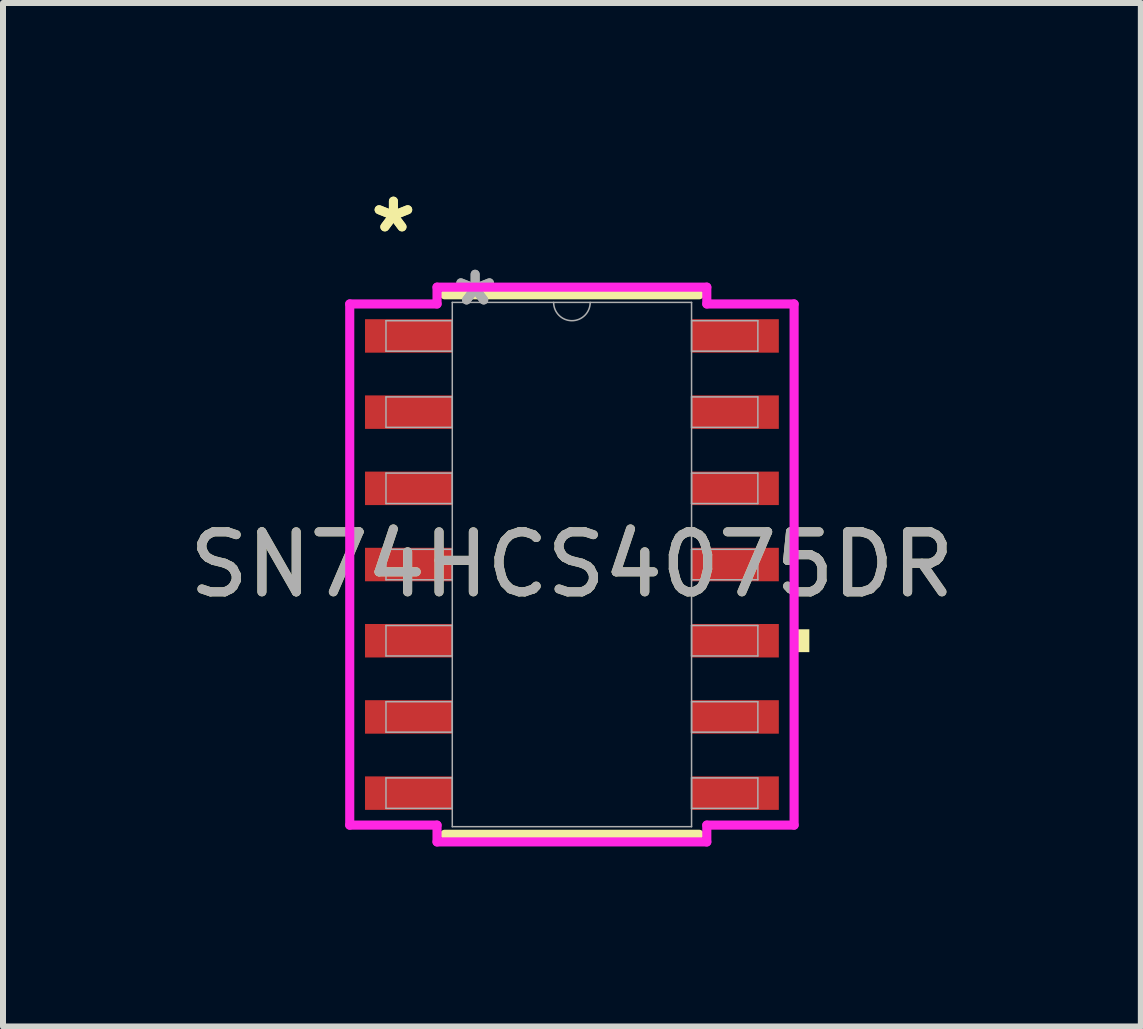
<source format=kicad_pcb>
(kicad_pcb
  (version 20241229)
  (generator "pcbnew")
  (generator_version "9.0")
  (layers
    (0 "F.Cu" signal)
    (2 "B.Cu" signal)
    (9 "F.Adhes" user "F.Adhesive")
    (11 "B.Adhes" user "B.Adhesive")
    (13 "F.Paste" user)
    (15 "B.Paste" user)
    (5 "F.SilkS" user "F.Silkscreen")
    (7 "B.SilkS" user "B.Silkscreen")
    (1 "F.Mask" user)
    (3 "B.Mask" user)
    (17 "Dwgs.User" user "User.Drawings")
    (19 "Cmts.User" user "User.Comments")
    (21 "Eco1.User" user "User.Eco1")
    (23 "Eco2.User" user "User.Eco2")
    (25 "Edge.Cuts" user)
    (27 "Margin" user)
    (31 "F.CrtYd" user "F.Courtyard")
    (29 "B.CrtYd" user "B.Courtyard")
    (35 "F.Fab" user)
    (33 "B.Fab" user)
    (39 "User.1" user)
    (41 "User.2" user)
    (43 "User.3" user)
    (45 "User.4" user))
  (footprint "SN74HCS4075DR"
    (layer "F.Cu")
    (at 6.482 6.359)
    (property "Reference" "SN74HCS4075DR" (at 0 0 0) (unlocked yes) (layer "F.SilkS") (effects (font (size 1 1) (thickness 0.15))))
    (attr smd)
    (fp_line (start -2.121 4.496) (end 2.121 4.496) (stroke (width 0.152) (type solid)) (layer "F.SilkS"))
    (fp_line (start 2.121 -4.496) (end -2.121 -4.496) (stroke (width 0.152) (type solid)) (layer "F.SilkS"))
    (fp_poly (pts (xy 3.957 1.079) (xy 3.957 1.46) (xy 3.703 1.46) (xy 3.703 1.079)) (stroke (width 0) (type solid)) (fill yes) (layer "F.SilkS"))
    (fp_line (start -3.703 -4.343) (end -2.248 -4.343) (stroke (width 0.152) (type solid)) (layer "F.CrtYd"))
    (fp_line (start -3.703 4.343) (end -3.703 -4.343) (stroke (width 0.152) (type solid)) (layer "F.CrtYd"))
    (fp_line (start -3.703 4.343) (end -2.248 4.343) (stroke (width 0.152) (type solid)) (layer "F.CrtYd"))
    (fp_line (start -2.248 -4.623) (end 2.248 -4.623) (stroke (width 0.152) (type solid)) (layer "F.CrtYd"))
    (fp_line (start -2.248 -4.343) (end -2.248 -4.623) (stroke (width 0.152) (type solid)) (layer "F.CrtYd"))
    (fp_line (start -2.248 4.623) (end -2.248 4.343) (stroke (width 0.152) (type solid)) (layer "F.CrtYd"))
    (fp_line (start 2.248 -4.623) (end 2.248 -4.343) (stroke (width 0.152) (type solid)) (layer "F.CrtYd"))
    (fp_line (start 2.248 4.343) (end 2.248 4.623) (stroke (width 0.152) (type solid)) (layer "F.CrtYd"))
    (fp_line (start 2.248 4.623) (end -2.248 4.623) (stroke (width 0.152) (type solid)) (layer "F.CrtYd"))
    (fp_line (start 3.703 -4.343) (end 2.248 -4.343) (stroke (width 0.152) (type solid)) (layer "F.CrtYd"))
    (fp_line (start 3.703 -4.343) (end 3.703 4.343) (stroke (width 0.152) (type solid)) (layer "F.CrtYd"))
    (fp_line (start 3.703 4.343) (end 2.248 4.343) (stroke (width 0.152) (type solid)) (layer "F.CrtYd"))
    (fp_line (start -3.099 -4.064) (end -3.099 -3.556) (stroke (width 0.025) (type solid)) (layer "F.Fab"))
    (fp_line (start -3.099 -3.556) (end -1.994 -3.556) (stroke (width 0.025) (type solid)) (layer "F.Fab"))
    (fp_line (start -3.099 -2.794) (end -3.099 -2.286) (stroke (width 0.025) (type solid)) (layer "F.Fab"))
    (fp_line (start -3.099 -2.286) (end -1.994 -2.286) (stroke (width 0.025) (type solid)) (layer "F.Fab"))
    (fp_line (start -3.099 -1.524) (end -3.099 -1.016) (stroke (width 0.025) (type solid)) (layer "F.Fab"))
    (fp_line (start -3.099 -1.016) (end -1.994 -1.016) (stroke (width 0.025) (type solid)) (layer "F.Fab"))
    (fp_line (start -3.099 -0.254) (end -3.099 0.254) (stroke (width 0.025) (type solid)) (layer "F.Fab"))
    (fp_line (start -3.099 0.254) (end -1.994 0.254) (stroke (width 0.025) (type solid)) (layer "F.Fab"))
    (fp_line (start -3.099 1.016) (end -3.099 1.524) (stroke (width 0.025) (type solid)) (layer "F.Fab"))
    (fp_line (start -3.099 1.524) (end -1.994 1.524) (stroke (width 0.025) (type solid)) (layer "F.Fab"))
    (fp_line (start -3.099 2.286) (end -3.099 2.794) (stroke (width 0.025) (type solid)) (layer "F.Fab"))
    (fp_line (start -3.099 2.794) (end -1.994 2.794) (stroke (width 0.025) (type solid)) (layer "F.Fab"))
    (fp_line (start -3.099 3.556) (end -3.099 4.064) (stroke (width 0.025) (type solid)) (layer "F.Fab"))
    (fp_line (start -3.099 4.064) (end -1.994 4.064) (stroke (width 0.025) (type solid)) (layer "F.Fab"))
    (fp_line (start -1.994 -4.369) (end -1.994 4.369) (stroke (width 0.025) (type solid)) (layer "F.Fab"))
    (fp_line (start -1.994 -4.064) (end -3.099 -4.064) (stroke (width 0.025) (type solid)) (layer "F.Fab"))
    (fp_line (start -1.994 -3.556) (end -1.994 -4.064) (stroke (width 0.025) (type solid)) (layer "F.Fab"))
    (fp_line (start -1.994 -2.794) (end -3.099 -2.794) (stroke (width 0.025) (type solid)) (layer "F.Fab"))
    (fp_line (start -1.994 -2.286) (end -1.994 -2.794) (stroke (width 0.025) (type solid)) (layer "F.Fab"))
    (fp_line (start -1.994 -1.524) (end -3.099 -1.524) (stroke (width 0.025) (type solid)) (layer "F.Fab"))
    (fp_line (start -1.994 -1.016) (end -1.994 -1.524) (stroke (width 0.025) (type solid)) (layer "F.Fab"))
    (fp_line (start -1.994 -0.254) (end -3.099 -0.254) (stroke (width 0.025) (type solid)) (layer "F.Fab"))
    (fp_line (start -1.994 0.254) (end -1.994 -0.254) (stroke (width 0.025) (type solid)) (layer "F.Fab"))
    (fp_line (start -1.994 1.016) (end -3.099 1.016) (stroke (width 0.025) (type solid)) (layer "F.Fab"))
    (fp_line (start -1.994 1.524) (end -1.994 1.016) (stroke (width 0.025) (type solid)) (layer "F.Fab"))
    (fp_line (start -1.994 2.286) (end -3.099 2.286) (stroke (width 0.025) (type solid)) (layer "F.Fab"))
    (fp_line (start -1.994 2.794) (end -1.994 2.286) (stroke (width 0.025) (type solid)) (layer "F.Fab"))
    (fp_line (start -1.994 3.556) (end -3.099 3.556) (stroke (width 0.025) (type solid)) (layer "F.Fab"))
    (fp_line (start -1.994 4.064) (end -1.994 3.556) (stroke (width 0.025) (type solid)) (layer "F.Fab"))
    (fp_line (start -1.994 4.369) (end 1.994 4.369) (stroke (width 0.025) (type solid)) (layer "F.Fab"))
    (fp_line (start 1.994 -4.369) (end -1.994 -4.369) (stroke (width 0.025) (type solid)) (layer "F.Fab"))
    (fp_line (start 1.994 -4.064) (end 1.994 -3.556) (stroke (width 0.025) (type solid)) (layer "F.Fab"))
    (fp_line (start 1.994 -3.556) (end 3.099 -3.556) (stroke (width 0.025) (type solid)) (layer "F.Fab"))
    (fp_line (start 1.994 -2.794) (end 1.994 -2.286) (stroke (width 0.025) (type solid)) (layer "F.Fab"))
    (fp_line (start 1.994 -2.286) (end 3.099 -2.286) (stroke (width 0.025) (type solid)) (layer "F.Fab"))
    (fp_line (start 1.994 -1.524) (end 1.994 -1.016) (stroke (width 0.025) (type solid)) (layer "F.Fab"))
    (fp_line (start 1.994 -1.016) (end 3.099 -1.016) (stroke (width 0.025) (type solid)) (layer "F.Fab"))
    (fp_line (start 1.994 -0.254) (end 1.994 0.254) (stroke (width 0.025) (type solid)) (layer "F.Fab"))
    (fp_line (start 1.994 0.254) (end 3.099 0.254) (stroke (width 0.025) (type solid)) (layer "F.Fab"))
    (fp_line (start 1.994 1.016) (end 1.994 1.524) (stroke (width 0.025) (type solid)) (layer "F.Fab"))
    (fp_line (start 1.994 1.524) (end 3.099 1.524) (stroke (width 0.025) (type solid)) (layer "F.Fab"))
    (fp_line (start 1.994 2.286) (end 1.994 2.794) (stroke (width 0.025) (type solid)) (layer "F.Fab"))
    (fp_line (start 1.994 2.794) (end 3.099 2.794) (stroke (width 0.025) (type solid)) (layer "F.Fab"))
    (fp_line (start 1.994 3.556) (end 1.994 4.064) (stroke (width 0.025) (type solid)) (layer "F.Fab"))
    (fp_line (start 1.994 4.064) (end 3.099 4.064) (stroke (width 0.025) (type solid)) (layer "F.Fab"))
    (fp_line (start 1.994 4.369) (end 1.994 -4.369) (stroke (width 0.025) (type solid)) (layer "F.Fab"))
    (fp_line (start 3.099 -4.064) (end 1.994 -4.064) (stroke (width 0.025) (type solid)) (layer "F.Fab"))
    (fp_line (start 3.099 -3.556) (end 3.099 -4.064) (stroke (width 0.025) (type solid)) (layer "F.Fab"))
    (fp_line (start 3.099 -2.794) (end 1.994 -2.794) (stroke (width 0.025) (type solid)) (layer "F.Fab"))
    (fp_line (start 3.099 -2.286) (end 3.099 -2.794) (stroke (width 0.025) (type solid)) (layer "F.Fab"))
    (fp_line (start 3.099 -1.524) (end 1.994 -1.524) (stroke (width 0.025) (type solid)) (layer "F.Fab"))
    (fp_line (start 3.099 -1.016) (end 3.099 -1.524) (stroke (width 0.025) (type solid)) (layer "F.Fab"))
    (fp_line (start 3.099 -0.254) (end 1.994 -0.254) (stroke (width 0.025) (type solid)) (layer "F.Fab"))
    (fp_line (start 3.099 0.254) (end 3.099 -0.254) (stroke (width 0.025) (type solid)) (layer "F.Fab"))
    (fp_line (start 3.099 1.016) (end 1.994 1.016) (stroke (width 0.025) (type solid)) (layer "F.Fab"))
    (fp_line (start 3.099 1.524) (end 3.099 1.016) (stroke (width 0.025) (type solid)) (layer "F.Fab"))
    (fp_line (start 3.099 2.286) (end 1.994 2.286) (stroke (width 0.025) (type solid)) (layer "F.Fab"))
    (fp_line (start 3.099 2.794) (end 3.099 2.286) (stroke (width 0.025) (type solid)) (layer "F.Fab"))
    (fp_line (start 3.099 3.556) (end 1.994 3.556) (stroke (width 0.025) (type solid)) (layer "F.Fab"))
    (fp_line (start 3.099 4.064) (end 3.099 3.556) (stroke (width 0.025) (type solid)) (layer "F.Fab"))
    (fp_arc (start 0.3048 -4.3688) (mid 0 -4.064) (end -0.3048 -4.3688) (stroke (width 0.0254) (type solid)) (layer "F.Fab"))
    (fp_text user "*" (at -2.975 -5.511 0) (unlocked yes) (layer "F.SilkS") (effects (font (size 1 1) (thickness 0.15))))
    (fp_text user "*" (at -2.975 -5.511 0) (layer "F.SilkS") (effects (font (size 1 1) (thickness 0.15))))
    (fp_text user "*" (at -1.613 -4.293 0) (layer "F.Fab") (effects (font (size 1 1) (thickness 0.15))))
    (fp_text user "*" (at -1.613 -4.293 0) (unlocked yes) (layer "F.Fab") (effects (font (size 1 1) (thickness 0.15))))
    (fp_text user "${REFERENCE}" (at 0 0 0) (unlocked yes) (layer "F.Fab") (effects (font (size 1 1) (thickness 0.15))))
    (pad "1" smd rect (at -2.721 -3.81) (size 1.455 0.558) (layers "F.Cu" "F.Mask" "F.Paste"))
    (pad "2" smd rect (at -2.721 -2.54) (size 1.455 0.558) (layers "F.Cu" "F.Mask" "F.Paste"))
    (pad "3" smd rect (at -2.721 -1.27) (size 1.455 0.558) (layers "F.Cu" "F.Mask" "F.Paste"))
    (pad "4" smd rect (at -2.721 0) (size 1.455 0.558) (layers "F.Cu" "F.Mask" "F.Paste"))
    (pad "5" smd rect (at -2.721 1.27) (size 1.455 0.558) (layers "F.Cu" "F.Mask" "F.Paste"))
    (pad "6" smd rect (at -2.721 2.54) (size 1.455 0.558) (layers "F.Cu" "F.Mask" "F.Paste"))
    (pad "7" smd rect (at -2.721 3.81) (size 1.455 0.558) (layers "F.Cu" "F.Mask" "F.Paste"))
    (pad "8" smd rect (at 2.721 3.81) (size 1.455 0.558) (layers "F.Cu" "F.Mask" "F.Paste"))
    (pad "9" smd rect (at 2.721 2.54) (size 1.455 0.558) (layers "F.Cu" "F.Mask" "F.Paste"))
    (pad "10" smd rect (at 2.721 1.27) (size 1.455 0.558) (layers "F.Cu" "F.Mask" "F.Paste"))
    (pad "11" smd rect (at 2.721 0) (size 1.455 0.558) (layers "F.Cu" "F.Mask" "F.Paste"))
    (pad "12" smd rect (at 2.721 -1.27) (size 1.455 0.558) (layers "F.Cu" "F.Mask" "F.Paste"))
    (pad "13" smd rect (at 2.721 -2.54) (size 1.455 0.558) (layers "F.Cu" "F.Mask" "F.Paste"))
    (pad "14" smd rect (at 2.721 -3.81) (size 1.455 0.558) (layers "F.Cu" "F.Mask" "F.Paste")))
  (gr_rect
    (start -3 -3)
    (end 15.964 14.058)
    (stroke (width 0.1) (type default))
    (fill no)
    (layer "Edge.Cuts")))
</source>
